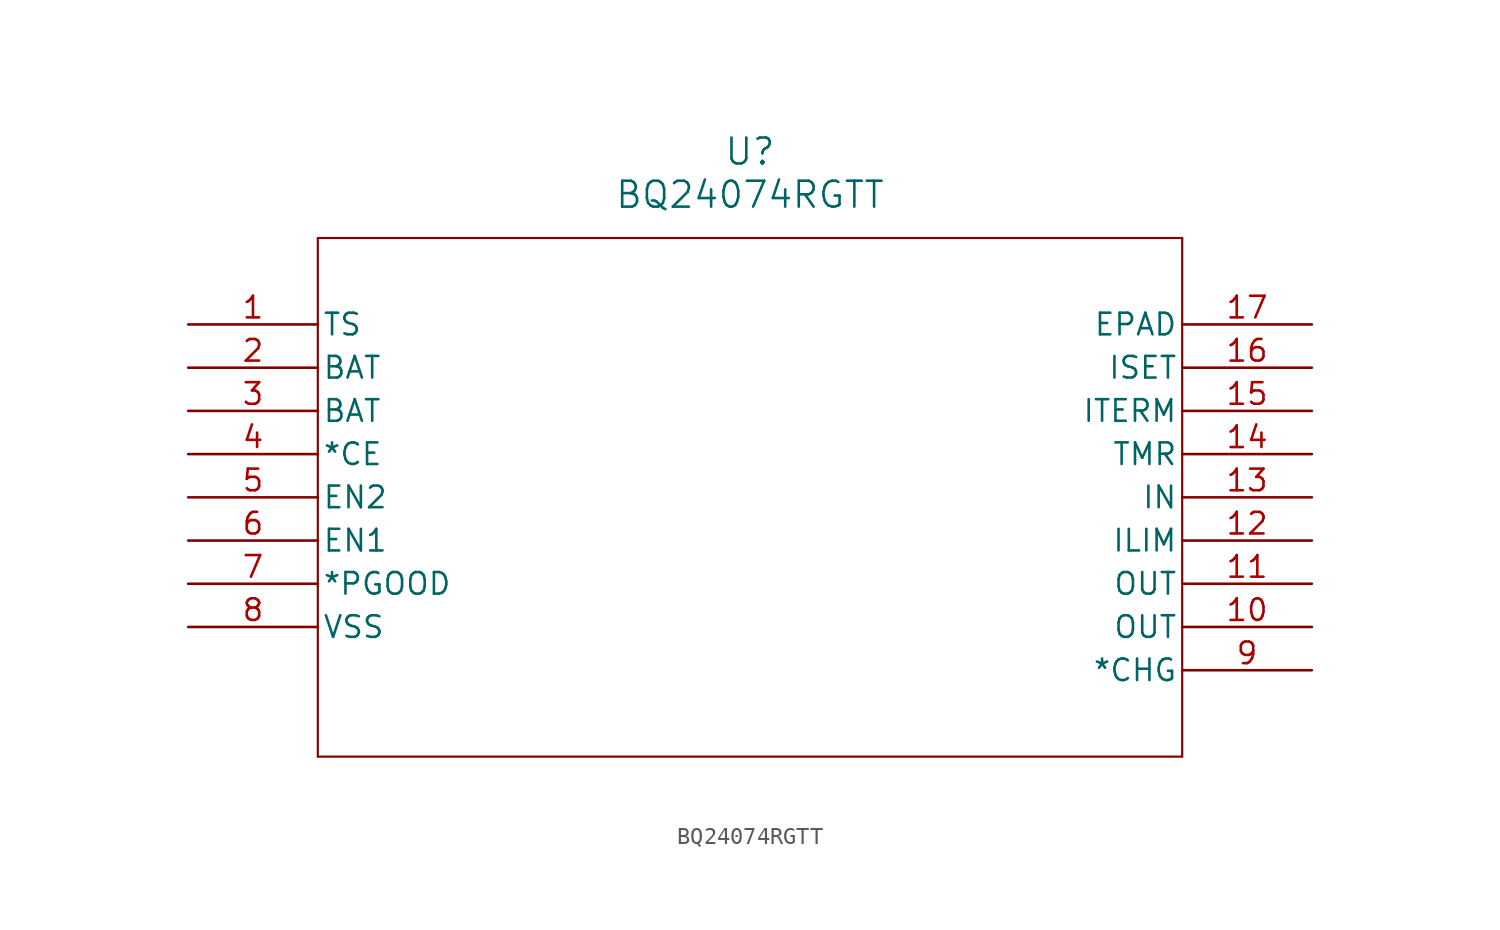
<source format=kicad_sym>
(kicad_symbol_lib
  (version 20211014)
  (generator kicad_symbol_editor)
  (symbol "BQ24074RGTT"
    (pin_names
      (offset 0.254))
    (property "Reference" "U"
      (at 33.02 10.16 0)
      (effects (font (size 1.524 1.524))))
    (property "Value" "BQ24074RGTT"
      (at 33.02 7.62 0)
      (effects (font (size 1.524 1.524))))
    (symbol "BQ24074RGTT_0_1"
      (polyline (pts (xy 7.62 5.08) (xy 7.62 -25.4)) (stroke (width 0.127) (type default) (color 0 0 0 0)) (fill (type none)))
      (polyline (pts (xy 7.62 -25.4) (xy 58.42 -25.4)) (stroke (width 0.127) (type default) (color 0 0 0 0)) (fill (type none)))
      (polyline (pts (xy 58.42 -25.4) (xy 58.42 5.08)) (stroke (width 0.127) (type default) (color 0 0 0 0)) (fill (type none)))
      (polyline (pts (xy 58.42 5.08) (xy 7.62 5.08)) (stroke (width 0.127) (type default) (color 0 0 0 0)) (fill (type none)))
      (pin input line (at 0 0 0) (length 7.62) (name "TS" (effects (font (size 1.27 1.27)))) (number "1" (effects (font (size 1.27 1.27)))))
      (pin bidirectional line (at 0 -2.54 0) (length 7.62) (name "BAT" (effects (font (size 1.27 1.27)))) (number "2" (effects (font (size 1.27 1.27)))))
      (pin bidirectional line (at 0 -5.08 0) (length 7.62) (name "BAT" (effects (font (size 1.27 1.27)))) (number "3" (effects (font (size 1.27 1.27)))))
      (pin input line (at 0 -7.62 0) (length 7.62) (name "*CE" (effects (font (size 1.27 1.27)))) (number "4" (effects (font (size 1.27 1.27)))))
      (pin input line (at 0 -10.16 0) (length 7.62) (name "EN2" (effects (font (size 1.27 1.27)))) (number "5" (effects (font (size 1.27 1.27)))))
      (pin input line (at 0 -12.7 0) (length 7.62) (name "EN1" (effects (font (size 1.27 1.27)))) (number "6" (effects (font (size 1.27 1.27)))))
      (pin output line (at 0 -15.24 0) (length 7.62) (name "*PGOOD" (effects (font (size 1.27 1.27)))) (number "7" (effects (font (size 1.27 1.27)))))
      (pin power_in line (at 0 -17.78 0) (length 7.62) (name "VSS" (effects (font (size 1.27 1.27)))) (number "8" (effects (font (size 1.27 1.27)))))
      (pin output line (at 66.04 -20.32 180) (length 7.62) (name "*CHG" (effects (font (size 1.27 1.27)))) (number "9" (effects (font (size 1.27 1.27)))))
      (pin output line (at 66.04 -17.78 180) (length 7.62) (name "OUT" (effects (font (size 1.27 1.27)))) (number "10" (effects (font (size 1.27 1.27)))))
      (pin output line (at 66.04 -15.24 180) (length 7.62) (name "OUT" (effects (font (size 1.27 1.27)))) (number "11" (effects (font (size 1.27 1.27)))))
      (pin input line (at 66.04 -12.7 180) (length 7.62) (name "ILIM" (effects (font (size 1.27 1.27)))) (number "12" (effects (font (size 1.27 1.27)))))
      (pin input line (at 66.04 -10.16 180) (length 7.62) (name "IN" (effects (font (size 1.27 1.27)))) (number "13" (effects (font (size 1.27 1.27)))))
      (pin input line (at 66.04 -7.62 180) (length 7.62) (name "TMR" (effects (font (size 1.27 1.27)))) (number "14" (effects (font (size 1.27 1.27)))))
      (pin input line (at 66.04 -5.08 180) (length 7.62) (name "ITERM" (effects (font (size 1.27 1.27)))) (number "15" (effects (font (size 1.27 1.27)))))
      (pin bidirectional line (at 66.04 -2.54 180) (length 7.62) (name "ISET" (effects (font (size 1.27 1.27)))) (number "16" (effects (font (size 1.27 1.27)))))
      (pin power_in line (at 66.04 0 180) (length 7.62) (name "EPAD" (effects (font (size 1.27 1.27)))) (number "17" (effects (font (size 1.27 1.27))))))))
</source>
